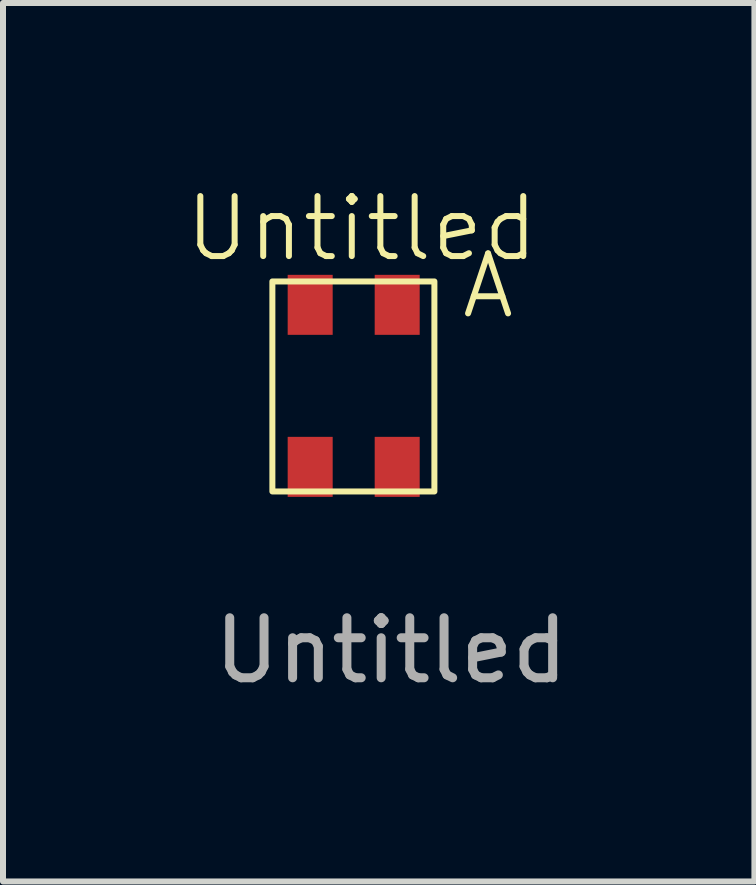
<source format=kicad_pcb>
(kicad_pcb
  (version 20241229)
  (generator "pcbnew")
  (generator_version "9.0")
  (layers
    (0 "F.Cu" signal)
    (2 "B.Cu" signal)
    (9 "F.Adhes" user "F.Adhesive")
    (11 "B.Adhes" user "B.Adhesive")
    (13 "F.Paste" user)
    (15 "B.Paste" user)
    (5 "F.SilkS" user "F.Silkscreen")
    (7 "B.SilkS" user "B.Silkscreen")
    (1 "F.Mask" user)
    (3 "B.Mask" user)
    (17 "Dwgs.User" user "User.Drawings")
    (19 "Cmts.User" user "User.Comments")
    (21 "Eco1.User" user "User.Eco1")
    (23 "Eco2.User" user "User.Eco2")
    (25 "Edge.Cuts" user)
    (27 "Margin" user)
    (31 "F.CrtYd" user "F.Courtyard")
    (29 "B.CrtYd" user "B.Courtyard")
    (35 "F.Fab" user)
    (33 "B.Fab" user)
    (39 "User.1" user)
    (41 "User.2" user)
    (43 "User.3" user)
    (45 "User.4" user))
  (footprint "Untitled"
    (layer "F.Cu")
    (at 3.569 2.03)
    (property "Reference" "Untitled" (at -0.59 -1.27 0) (unlocked yes) (layer "F.SilkS") (effects (font (size 1 1) (thickness 0.1))))
    (attr smd)
    (fp_rect (start -2.08 -0.39) (end 0.62 3.11) (stroke (width 0.1) (type default)) (fill no) (layer "F.SilkS"))
    (fp_text user "A" (at 1.02 0.27 0) (unlocked yes) (layer "F.SilkS") (effects (font (size 1 1) (thickness 0.1)) (justify left bottom)))
    (fp_text user "${REFERENCE}" (at -0.1 5.76 0) (unlocked yes) (layer "F.Fab") (effects (font (size 1 1) (thickness 0.15))))
    (pad "1" smd rect (at 0 0) (size 0.75 1) (layers "F.Cu" "F.Mask" "F.Paste"))
    (pad "2" smd rect (at -1.45 0) (size 0.75 1) (layers "F.Cu" "F.Mask" "F.Paste"))
    (pad "3" smd rect (at -1.45 2.7) (size 0.75 1) (layers "F.Cu" "F.Mask" "F.Paste"))
    (pad "4" smd rect (at 0 2.7) (size 0.75 1) (layers "F.Cu" "F.Mask" "F.Paste")))
  (gr_rect
    (start -3 -3)
    (end 9.522 11.639)
    (stroke (width 0.1) (type default))
    (fill no)
    (layer "Edge.Cuts")))
</source>
